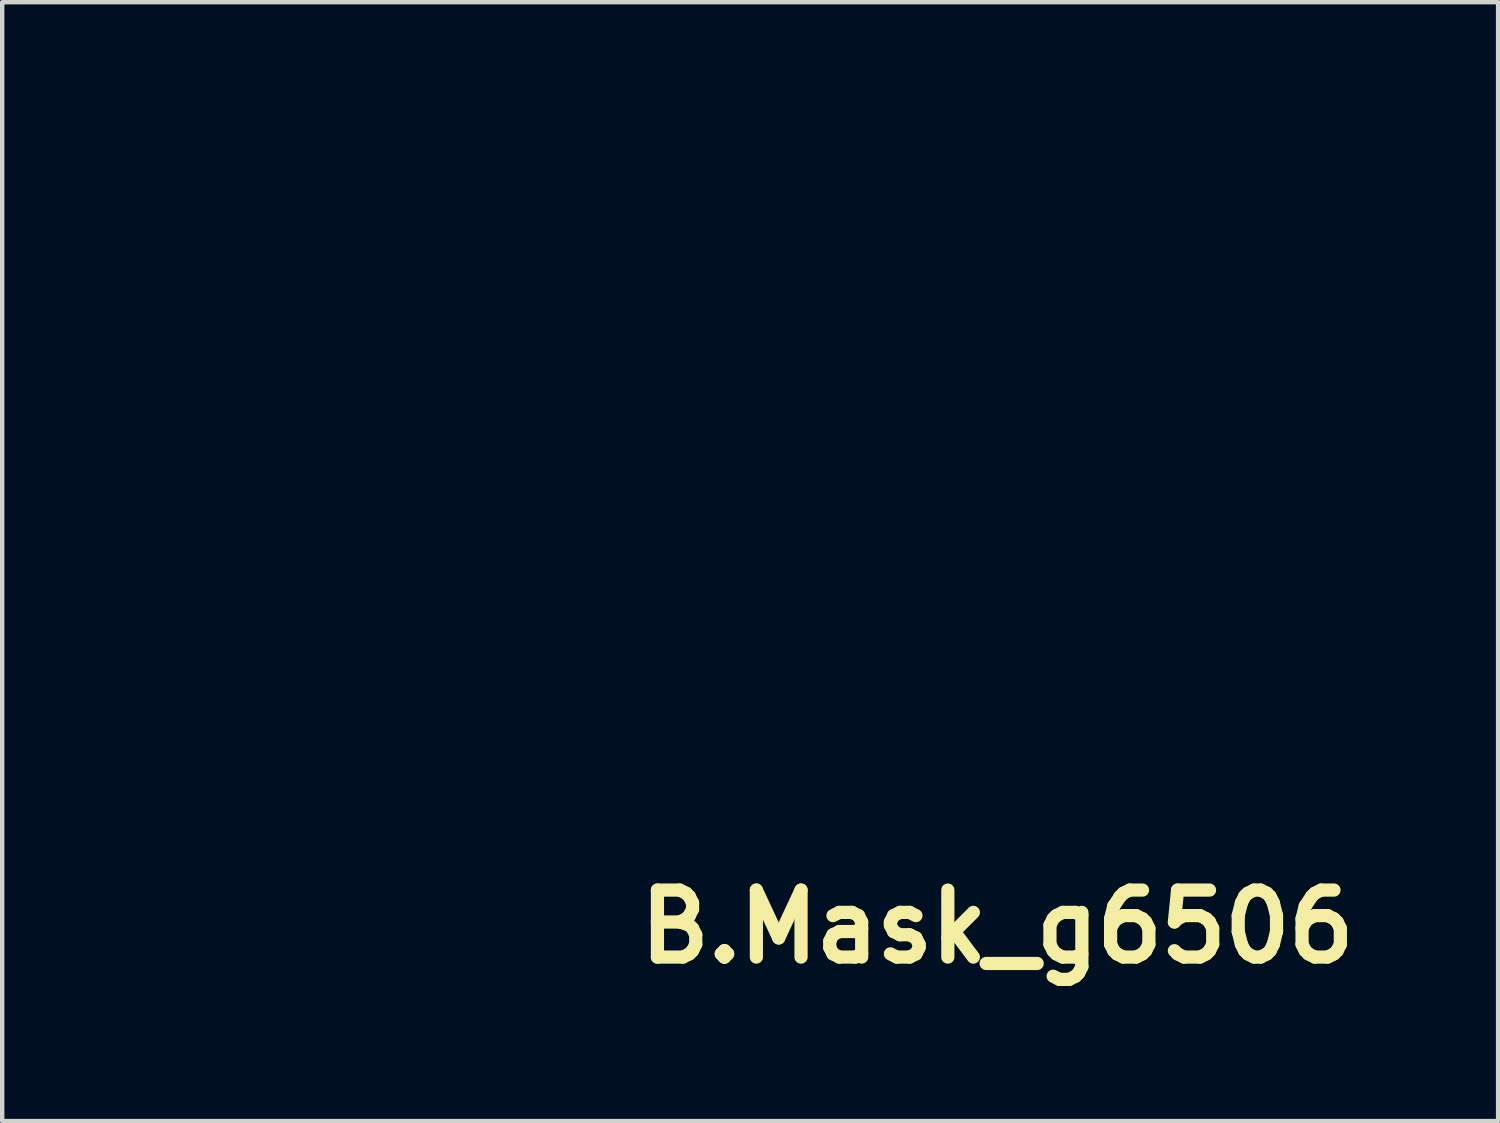
<source format=kicad_pcb>
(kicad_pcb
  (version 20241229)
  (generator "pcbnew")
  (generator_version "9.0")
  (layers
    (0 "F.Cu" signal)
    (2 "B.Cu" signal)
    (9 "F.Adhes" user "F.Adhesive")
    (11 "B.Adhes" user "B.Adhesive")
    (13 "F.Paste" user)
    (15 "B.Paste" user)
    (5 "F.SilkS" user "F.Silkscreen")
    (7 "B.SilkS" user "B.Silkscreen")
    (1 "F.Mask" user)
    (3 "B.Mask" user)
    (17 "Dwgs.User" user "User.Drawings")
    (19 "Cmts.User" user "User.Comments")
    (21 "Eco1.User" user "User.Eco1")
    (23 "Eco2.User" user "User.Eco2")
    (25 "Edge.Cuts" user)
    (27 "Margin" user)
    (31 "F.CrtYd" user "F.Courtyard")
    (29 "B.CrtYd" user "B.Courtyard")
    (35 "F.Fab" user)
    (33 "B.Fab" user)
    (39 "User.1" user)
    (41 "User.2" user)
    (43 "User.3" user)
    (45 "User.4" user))
  (footprint "B.Mask_g6506"
    (layer "F.Cu")
    (at 19.63 18.026)
    (property "Reference" "B.Mask_g6506" (at 0 0 0) (layer "F.SilkS") (effects (font (size 1.524 1.524) (thickness 0.3))))
    (attr through_hole)
    (fp_poly (pts (xy -12.679 -15.177) (xy -12.34 -15.177) (xy -12.34 -15.515) (xy -12.129 -15.515) (xy -12.129 -14.624) (xy -12.229 -14.63) (xy -12.33 -14.637) (xy -12.342 -14.986) (xy -12.679 -14.986) (xy -12.679 -14.626) (xy -12.89 -14.626) (xy -12.89 -15.515) (xy -12.679 -15.515) (xy -12.679 -15.177)) (stroke (width 0.01) (type solid)) (fill yes) (layer "B.Mask"))
    (fp_poly (pts (xy -17.759 -14.795) (xy -17.829 -14.718) (xy -17.867 -14.679) (xy -17.901 -14.656) (xy -17.943 -14.642) (xy -18.007 -14.635) (xy -18.073 -14.631) (xy -18.161 -14.627) (xy -18.215 -14.629) (xy -18.245 -14.638) (xy -18.257 -14.653) (xy -18.265 -14.698) (xy -18.263 -14.746) (xy -18.257 -14.778) (xy -18.243 -14.796) (xy -18.209 -14.807) (xy -18.148 -14.814) (xy -18.108 -14.817) (xy -17.96 -14.827) (xy -17.948 -15.515) (xy -17.759 -15.515) (xy -17.759 -14.795)) (stroke (width 0.01) (type solid)) (fill yes) (layer "B.Mask"))
    (fp_poly (pts (xy -14.278 -17.051) (xy -14.193 -17.027) (xy -14.135 -16.991) (xy -14.127 -16.982) (xy -14.114 -16.948) (xy -14.104 -16.886) (xy -14.099 -16.791) (xy -14.098 -16.674) (xy -14.097 -16.404) (xy -14.286 -16.404) (xy -14.292 -16.642) (xy -14.298 -16.88) (xy -14.377 -16.887) (xy -14.429 -16.894) (xy -14.451 -16.912) (xy -14.457 -16.955) (xy -14.457 -16.977) (xy -14.455 -17.031) (xy -14.44 -17.054) (xy -14.402 -17.06) (xy -14.377 -17.06) (xy -14.278 -17.051)) (stroke (width 0.01) (type solid)) (fill yes) (layer "B.Mask"))
    (fp_poly (pts (xy -16.593 -14.855) (xy -16.536 -14.829) (xy -16.498 -14.783) (xy -16.489 -14.743) (xy -16.502 -14.697) (xy -16.525 -14.664) (xy -16.547 -14.63) (xy -16.546 -14.59) (xy -16.535 -14.555) (xy -16.518 -14.501) (xy -16.51 -14.463) (xy -16.51 -14.461) (xy -16.528 -14.444) (xy -16.57 -14.436) (xy -16.619 -14.439) (xy -16.657 -14.45) (xy -16.669 -14.462) (xy -16.711 -14.585) (xy -16.735 -14.676) (xy -16.743 -14.742) (xy -16.734 -14.79) (xy -16.71 -14.825) (xy -16.71 -14.826) (xy -16.655 -14.855) (xy -16.593 -14.855)) (stroke (width 0.01) (type solid)) (fill yes) (layer "B.Mask"))
    (fp_poly (pts (xy -17.166 -15.182) (xy -17.167 -15.048) (xy -17.17 -14.949) (xy -17.175 -14.878) (xy -17.184 -14.826) (xy -17.197 -14.787) (xy -17.203 -14.774) (xy -17.259 -14.701) (xy -17.342 -14.653) (xy -17.456 -14.629) (xy -17.531 -14.626) (xy -17.674 -14.626) (xy -17.674 -14.817) (xy -17.537 -14.817) (xy -17.46 -14.819) (xy -17.413 -14.827) (xy -17.387 -14.844) (xy -17.379 -14.858) (xy -17.371 -14.893) (xy -17.364 -14.963) (xy -17.359 -15.058) (xy -17.357 -15.169) (xy -17.357 -15.207) (xy -17.357 -15.515) (xy -17.166 -15.515) (xy -17.166 -15.182)) (stroke (width 0.01) (type solid)) (fill yes) (layer "B.Mask"))
    (fp_poly (pts (xy -14.849 -15.499) (xy -14.723 -15.45) (xy -14.626 -15.373) (xy -14.56 -15.269) (xy -14.526 -15.141) (xy -14.524 -15.038) (xy -14.55 -14.903) (xy -14.609 -14.795) (xy -14.7 -14.713) (xy -14.824 -14.658) (xy -14.977 -14.631) (xy -15.113 -14.62) (xy -15.113 -14.817) (xy -15.006 -14.817) (xy -14.889 -14.831) (xy -14.802 -14.874) (xy -14.745 -14.945) (xy -14.741 -14.955) (xy -14.715 -15.063) (xy -14.727 -15.161) (xy -14.773 -15.243) (xy -14.85 -15.304) (xy -14.953 -15.339) (xy -15.028 -15.346) (xy -15.113 -15.346) (xy -15.113 -15.515) (xy -15 -15.515) (xy -14.849 -15.499)) (stroke (width 0.01) (type solid)) (fill yes) (layer "B.Mask"))
    (fp_poly (pts (xy -18.742 -15.51) (xy -18.649 -15.502) (xy -18.583 -15.487) (xy -18.528 -15.461) (xy -18.493 -15.438) (xy -18.397 -15.351) (xy -18.338 -15.248) (xy -18.311 -15.122) (xy -18.31 -15.073) (xy -18.326 -14.933) (xy -18.377 -14.819) (xy -18.461 -14.73) (xy -18.577 -14.669) (xy -18.723 -14.636) (xy -18.752 -14.633) (xy -18.902 -14.62) (xy -18.902 -14.817) (xy -18.795 -14.817) (xy -18.677 -14.832) (xy -18.587 -14.876) (xy -18.529 -14.947) (xy -18.504 -15.042) (xy -18.505 -15.107) (xy -18.535 -15.206) (xy -18.598 -15.281) (xy -18.69 -15.328) (xy -18.809 -15.346) (xy -18.816 -15.346) (xy -18.902 -15.346) (xy -18.902 -15.521) (xy -18.742 -15.51)) (stroke (width 0.01) (type solid)) (fill yes) (layer "B.Mask"))
    (fp_poly (pts (xy -17.156 -17.043) (xy -17.033 -17.018) (xy -16.936 -16.963) (xy -16.867 -16.881) (xy -16.832 -16.777) (xy -16.828 -16.722) (xy -16.847 -16.611) (xy -16.9 -16.519) (xy -16.983 -16.451) (xy -17.091 -16.412) (xy -17.172 -16.404) (xy -17.275 -16.404) (xy -17.268 -16.484) (xy -17.261 -16.533) (xy -17.243 -16.558) (xy -17.202 -16.57) (xy -17.168 -16.575) (xy -17.098 -16.593) (xy -17.051 -16.622) (xy -17.047 -16.627) (xy -17.019 -16.696) (xy -17.026 -16.767) (xy -17.062 -16.83) (xy -17.122 -16.874) (xy -17.198 -16.891) (xy -17.248 -16.893) (xy -17.268 -16.909) (xy -17.27 -16.95) (xy -17.268 -16.97) (xy -17.261 -17.05) (xy -17.156 -17.043)) (stroke (width 0.01) (type solid)) (fill yes) (layer "B.Mask"))
    (fp_poly (pts (xy -16.531 -16.849) (xy -16.53 -16.749) (xy -16.526 -16.682) (xy -16.517 -16.638) (xy -16.502 -16.609) (xy -16.489 -16.595) (xy -16.43 -16.557) (xy -16.368 -16.561) (xy -16.324 -16.585) (xy -16.303 -16.603) (xy -16.289 -16.627) (xy -16.282 -16.667) (xy -16.278 -16.729) (xy -16.277 -16.825) (xy -16.277 -16.839) (xy -16.277 -17.06) (xy -16.087 -17.06) (xy -16.087 -16.836) (xy -16.09 -16.702) (xy -16.102 -16.603) (xy -16.125 -16.532) (xy -16.163 -16.479) (xy -16.218 -16.44) (xy -16.243 -16.426) (xy -16.362 -16.388) (xy -16.475 -16.392) (xy -16.552 -16.42) (xy -16.614 -16.464) (xy -16.668 -16.522) (xy -16.674 -16.529) (xy -16.695 -16.566) (xy -16.709 -16.606) (xy -16.717 -16.659) (xy -16.721 -16.734) (xy -16.722 -16.831) (xy -16.722 -17.06) (xy -16.531 -17.06) (xy -16.531 -16.849)) (stroke (width 0.01) (type solid)) (fill yes) (layer "B.Mask"))
    (fp_poly (pts (xy -13.822 -14.626) (xy -14.012 -14.626) (xy -14.012 -14.88) (xy -14.086 -14.88) (xy -14.167 -14.863) (xy -14.22 -14.815) (xy -14.244 -14.737) (xy -14.245 -14.711) (xy -14.245 -14.626) (xy -14.441 -14.626) (xy -14.432 -14.753) (xy -14.422 -14.832) (xy -14.404 -14.886) (xy -14.371 -14.933) (xy -14.353 -14.952) (xy -14.283 -15.024) (xy -14.36 -15.137) (xy -14.399 -15.198) (xy -14.426 -15.245) (xy -14.436 -15.266) (xy -14.417 -15.276) (xy -14.369 -15.282) (xy -14.341 -15.282) (xy -14.288 -15.28) (xy -14.252 -15.269) (xy -14.221 -15.24) (xy -14.181 -15.185) (xy -14.168 -15.166) (xy -14.116 -15.097) (xy -14.073 -15.057) (xy -14.052 -15.05) (xy -14.035 -15.053) (xy -14.024 -15.067) (xy -14.017 -15.099) (xy -14.014 -15.156) (xy -14.012 -15.246) (xy -14.012 -15.303) (xy -14.012 -15.557) (xy -13.822 -15.557) (xy -13.822 -14.626)) (stroke (width 0.01) (type solid)) (fill yes) (layer "B.Mask"))
    (fp_poly (pts (xy -14.69 -17.022) (xy -14.593 -16.951) (xy -14.554 -16.905) (xy -14.521 -16.832) (xy -14.508 -16.738) (xy -14.514 -16.641) (xy -14.541 -16.559) (xy -14.553 -16.538) (xy -14.635 -16.46) (xy -14.74 -16.409) (xy -14.857 -16.39) (xy -14.973 -16.405) (xy -15.068 -16.453) (xy -15.137 -16.526) (xy -15.179 -16.617) (xy -15.19 -16.69) (xy -15.002 -16.69) (xy -14.971 -16.622) (xy -14.955 -16.604) (xy -14.888 -16.561) (xy -14.816 -16.558) (xy -14.755 -16.589) (xy -14.709 -16.649) (xy -14.694 -16.719) (xy -14.708 -16.789) (xy -14.745 -16.848) (xy -14.804 -16.884) (xy -14.848 -16.891) (xy -14.92 -16.873) (xy -14.972 -16.827) (xy -15.001 -16.762) (xy -15.002 -16.69) (xy -15.19 -16.69) (xy -15.195 -16.718) (xy -15.181 -16.819) (xy -15.139 -16.912) (xy -15.067 -16.99) (xy -15.028 -17.016) (xy -14.915 -17.057) (xy -14.8 -17.058) (xy -14.69 -17.022)) (stroke (width 0.01) (type solid)) (fill yes) (layer "B.Mask"))
    (fp_poly (pts (xy -19.431 -16.849) (xy -19.43 -16.749) (xy -19.426 -16.682) (xy -19.417 -16.638) (xy -19.402 -16.609) (xy -19.389 -16.595) (xy -19.328 -16.559) (xy -19.264 -16.558) (xy -19.212 -16.591) (xy -19.195 -16.619) (xy -19.184 -16.663) (xy -19.179 -16.732) (xy -19.177 -16.834) (xy -19.177 -16.845) (xy -19.177 -17.06) (xy -18.986 -17.06) (xy -18.987 -16.822) (xy -18.99 -16.688) (xy -19.002 -16.588) (xy -19.026 -16.518) (xy -19.063 -16.468) (xy -19.116 -16.433) (xy -19.132 -16.426) (xy -19.169 -16.408) (xy -19.189 -16.385) (xy -19.197 -16.345) (xy -19.198 -16.275) (xy -19.198 -16.15) (xy -19.389 -16.15) (xy -19.389 -16.272) (xy -19.391 -16.342) (xy -19.4 -16.382) (xy -19.421 -16.406) (xy -19.457 -16.425) (xy -19.517 -16.46) (xy -19.561 -16.503) (xy -19.589 -16.562) (xy -19.607 -16.645) (xy -19.616 -16.759) (xy -19.618 -16.818) (xy -19.625 -17.06) (xy -19.431 -17.06) (xy -19.431 -16.849)) (stroke (width 0.01) (type solid)) (fill yes) (layer "B.Mask"))
    (fp_poly (pts (xy -15.769 -16.999) (xy -15.711 -17.03) (xy -15.609 -17.061) (xy -15.508 -17.056) (xy -15.415 -17.017) (xy -15.338 -16.95) (xy -15.286 -16.858) (xy -15.271 -16.796) (xy -15.27 -16.671) (xy -15.305 -16.564) (xy -15.37 -16.478) (xy -15.459 -16.418) (xy -15.567 -16.388) (xy -15.688 -16.393) (xy -15.734 -16.405) (xy -15.827 -16.454) (xy -15.901 -16.542) (xy -15.914 -16.563) (xy -15.928 -16.599) (xy -15.938 -16.654) (xy -15.945 -16.717) (xy -15.748 -16.717) (xy -15.732 -16.635) (xy -15.689 -16.579) (xy -15.625 -16.554) (xy -15.548 -16.565) (xy -15.506 -16.601) (xy -15.474 -16.66) (xy -15.459 -16.726) (xy -15.462 -16.761) (xy -15.498 -16.839) (xy -15.557 -16.882) (xy -15.612 -16.891) (xy -15.682 -16.873) (xy -15.728 -16.822) (xy -15.747 -16.739) (xy -15.748 -16.717) (xy -15.945 -16.717) (xy -15.946 -16.732) (xy -15.952 -16.84) (xy -15.956 -16.97) (xy -15.964 -17.314) (xy -15.769 -17.314) (xy -15.769 -16.999)) (stroke (width 0.01) (type solid)) (fill yes) (layer "B.Mask"))
    (fp_poly (pts (xy -13.637 -17.056) (xy -13.522 -17.038) (xy -13.436 -16.997) (xy -13.373 -16.928) (xy -13.351 -16.889) (xy -13.337 -16.855) (xy -13.326 -16.81) (xy -13.32 -16.749) (xy -13.316 -16.664) (xy -13.314 -16.548) (xy -13.314 -16.473) (xy -13.314 -16.129) (xy -13.504 -16.129) (xy -13.504 -16.448) (xy -13.571 -16.413) (xy -13.658 -16.389) (xy -13.755 -16.395) (xy -13.846 -16.429) (xy -13.855 -16.435) (xy -13.931 -16.509) (xy -13.978 -16.609) (xy -13.991 -16.711) (xy -13.988 -16.729) (xy -13.796 -16.729) (xy -13.783 -16.661) (xy -13.751 -16.602) (xy -13.701 -16.562) (xy -13.652 -16.552) (xy -13.586 -16.573) (xy -13.548 -16.608) (xy -13.51 -16.682) (xy -13.506 -16.756) (xy -13.531 -16.821) (xy -13.579 -16.868) (xy -13.647 -16.889) (xy -13.702 -16.883) (xy -13.757 -16.851) (xy -13.788 -16.796) (xy -13.796 -16.729) (xy -13.988 -16.729) (xy -13.973 -16.837) (xy -13.921 -16.94) (xy -13.843 -17.014) (xy -13.793 -17.043) (xy -13.742 -17.056) (xy -13.673 -17.058) (xy -13.637 -17.056)) (stroke (width 0.01) (type solid)) (fill yes) (layer "B.Mask"))
    (fp_poly (pts (xy -13.246 -15.286) (xy -13.167 -15.259) (xy -13.152 -15.249) (xy -13.068 -15.169) (xy -13.019 -15.077) (xy -13.001 -14.98) (xy -13.007 -14.868) (xy -13.041 -14.768) (xy -13.099 -14.69) (xy -13.144 -14.658) (xy -13.22 -14.634) (xy -13.307 -14.627) (xy -13.389 -14.638) (xy -13.436 -14.659) (xy -13.47 -14.68) (xy -13.482 -14.675) (xy -13.483 -14.659) (xy -13.494 -14.638) (xy -13.534 -14.628) (xy -13.578 -14.626) (xy -13.674 -14.626) (xy -13.674 -14.839) (xy -13.669 -14.964) (xy -13.483 -14.964) (xy -13.468 -14.88) (xy -13.428 -14.82) (xy -13.372 -14.788) (xy -13.308 -14.787) (xy -13.243 -14.822) (xy -13.224 -14.842) (xy -13.193 -14.904) (xy -13.191 -14.976) (xy -13.213 -15.046) (xy -13.255 -15.102) (xy -13.313 -15.132) (xy -13.335 -15.134) (xy -13.391 -15.115) (xy -13.442 -15.068) (xy -13.476 -15.006) (xy -13.483 -14.964) (xy -13.669 -14.964) (xy -13.668 -14.978) (xy -13.651 -15.082) (xy -13.618 -15.16) (xy -13.567 -15.219) (xy -13.522 -15.25) (xy -13.44 -15.281) (xy -13.342 -15.293) (xy -13.246 -15.286)) (stroke (width 0.01) (type solid)) (fill yes) (layer "B.Mask"))
    (fp_poly (pts (xy -18.203 -16.975) (xy -18.205 -16.823) (xy -18.21 -16.707) (xy -18.221 -16.62) (xy -18.238 -16.556) (xy -18.264 -16.508) (xy -18.3 -16.47) (xy -18.328 -16.448) (xy -18.422 -16.404) (xy -18.532 -16.388) (xy -18.642 -16.402) (xy -18.701 -16.424) (xy -18.789 -16.488) (xy -18.845 -16.577) (xy -18.873 -16.686) (xy -18.872 -16.752) (xy -18.684 -16.752) (xy -18.682 -16.703) (xy -18.654 -16.622) (xy -18.606 -16.571) (xy -18.544 -16.553) (xy -18.478 -16.572) (xy -18.443 -16.598) (xy -18.402 -16.66) (xy -18.39 -16.731) (xy -18.405 -16.799) (xy -18.443 -16.855) (xy -18.5 -16.887) (xy -18.531 -16.891) (xy -18.605 -16.872) (xy -18.658 -16.823) (xy -18.684 -16.752) (xy -18.872 -16.752) (xy -18.871 -16.809) (xy -18.83 -16.917) (xy -18.773 -16.988) (xy -18.729 -17.025) (xy -18.683 -17.043) (xy -18.62 -17.049) (xy -18.588 -17.049) (xy -18.515 -17.046) (xy -18.455 -17.038) (xy -18.431 -17.031) (xy -18.412 -17.026) (xy -18.4 -17.038) (xy -18.395 -17.076) (xy -18.394 -17.147) (xy -18.394 -17.164) (xy -18.394 -17.314) (xy -18.203 -17.314) (xy -18.203 -16.975)) (stroke (width 0.01) (type solid)) (fill yes) (layer "B.Mask"))
    (fp_poly (pts (xy -15.465 -15.287) (xy -15.376 -15.266) (xy -15.35 -15.254) (xy -15.267 -15.188) (xy -15.213 -15.099) (xy -15.188 -14.995) (xy -15.193 -14.887) (xy -15.229 -14.783) (xy -15.293 -14.696) (xy -15.343 -14.652) (xy -15.392 -14.632) (xy -15.46 -14.626) (xy -15.468 -14.626) (xy -15.559 -14.636) (xy -15.625 -14.667) (xy -15.629 -14.67) (xy -15.684 -14.714) (xy -15.684 -14.67) (xy -15.69 -14.643) (xy -15.714 -14.63) (xy -15.768 -14.626) (xy -15.782 -14.626) (xy -15.88 -14.626) (xy -15.872 -14.843) (xy -15.862 -14.976) (xy -15.862 -14.981) (xy -15.671 -14.981) (xy -15.669 -14.915) (xy -15.645 -14.863) (xy -15.601 -14.814) (xy -15.552 -14.781) (xy -15.526 -14.774) (xy -15.492 -14.787) (xy -15.447 -14.816) (xy -15.446 -14.816) (xy -15.395 -14.881) (xy -15.38 -14.963) (xy -15.399 -15.043) (xy -15.441 -15.103) (xy -15.494 -15.129) (xy -15.552 -15.127) (xy -15.607 -15.098) (xy -15.649 -15.049) (xy -15.671 -14.981) (xy -15.862 -14.981) (xy -15.844 -15.076) (xy -15.812 -15.151) (xy -15.764 -15.211) (xy -15.723 -15.246) (xy -15.654 -15.277) (xy -15.563 -15.29) (xy -15.465 -15.287)) (stroke (width 0.01) (type solid)) (fill yes) (layer "B.Mask"))
    (fp_poly (pts (xy -16.081 -15.429) (xy -16.053 -15.418) (xy -16.045 -15.389) (xy -16.044 -15.356) (xy -16.04 -15.306) (xy -16.023 -15.286) (xy -15.991 -15.282) (xy -15.957 -15.278) (xy -15.942 -15.256) (xy -15.939 -15.205) (xy -15.938 -15.198) (xy -15.941 -15.143) (xy -15.955 -15.119) (xy -15.987 -15.113) (xy -15.991 -15.113) (xy -16.017 -15.111) (xy -16.033 -15.101) (xy -16.041 -15.073) (xy -16.044 -15.019) (xy -16.044 -14.934) (xy -16.046 -14.843) (xy -16.052 -14.783) (xy -16.064 -14.741) (xy -16.086 -14.707) (xy -16.094 -14.698) (xy -16.13 -14.664) (xy -16.174 -14.644) (xy -16.24 -14.633) (xy -16.274 -14.63) (xy -16.404 -14.621) (xy -16.404 -14.707) (xy -16.402 -14.762) (xy -16.387 -14.788) (xy -16.35 -14.797) (xy -16.325 -14.8) (xy -16.245 -14.806) (xy -16.239 -14.96) (xy -16.233 -15.113) (xy -16.404 -15.113) (xy -16.404 -15.198) (xy -16.402 -15.252) (xy -16.388 -15.276) (xy -16.349 -15.282) (xy -16.32 -15.282) (xy -16.265 -15.285) (xy -16.241 -15.298) (xy -16.235 -15.335) (xy -16.235 -15.356) (xy -16.233 -15.402) (xy -16.219 -15.423) (xy -16.182 -15.43) (xy -16.14 -15.431) (xy -16.081 -15.429)) (stroke (width 0.01) (type solid)) (fill yes) (layer "B.Mask"))
    (fp_poly (pts (xy -17.436 -17.207) (xy -17.408 -17.196) (xy -17.4 -17.167) (xy -17.399 -17.134) (xy -17.395 -17.084) (xy -17.377 -17.064) (xy -17.346 -17.06) (xy -17.312 -17.056) (xy -17.297 -17.034) (xy -17.293 -16.983) (xy -17.293 -16.976) (xy -17.296 -16.921) (xy -17.31 -16.897) (xy -17.341 -16.891) (xy -17.346 -16.891) (xy -17.371 -16.889) (xy -17.387 -16.88) (xy -17.395 -16.853) (xy -17.398 -16.802) (xy -17.399 -16.718) (xy -17.399 -16.7) (xy -17.4 -16.607) (xy -17.404 -16.545) (xy -17.415 -16.505) (xy -17.433 -16.476) (xy -17.451 -16.456) (xy -17.488 -16.426) (xy -17.533 -16.41) (xy -17.599 -16.404) (xy -17.631 -16.404) (xy -17.759 -16.404) (xy -17.759 -16.489) (xy -17.757 -16.543) (xy -17.743 -16.567) (xy -17.704 -16.573) (xy -17.674 -16.573) (xy -17.59 -16.573) (xy -17.59 -16.891) (xy -17.674 -16.891) (xy -17.728 -16.893) (xy -17.752 -16.907) (xy -17.759 -16.946) (xy -17.759 -16.976) (xy -17.757 -17.03) (xy -17.743 -17.054) (xy -17.704 -17.06) (xy -17.674 -17.06) (xy -17.62 -17.063) (xy -17.596 -17.076) (xy -17.59 -17.113) (xy -17.59 -17.134) (xy -17.587 -17.18) (xy -17.574 -17.201) (xy -17.537 -17.208) (xy -17.494 -17.209) (xy -17.436 -17.207)) (stroke (width 0.01) (type solid)) (fill yes) (layer "B.Mask"))
    (fp_poly (pts (xy -12.441 -17.283) (xy -12.387 -17.258) (xy -12.385 -17.256) (xy -12.36 -17.221) (xy -12.325 -17.15) (xy -12.281 -17.048) (xy -12.23 -16.917) (xy -12.205 -16.849) (xy -12.161 -16.729) (xy -12.121 -16.621) (xy -12.088 -16.533) (xy -12.065 -16.47) (xy -12.054 -16.441) (xy -12.051 -16.419) (xy -12.068 -16.408) (xy -12.116 -16.404) (xy -12.147 -16.404) (xy -12.21 -16.406) (xy -12.245 -16.416) (xy -12.264 -16.443) (xy -12.279 -16.489) (xy -12.305 -16.573) (xy -12.698 -16.573) (xy -12.724 -16.489) (xy -12.749 -16.404) (xy -12.973 -16.404) (xy -12.919 -16.547) (xy -12.891 -16.624) (xy -12.853 -16.727) (xy -12.845 -16.75) (xy -12.636 -16.75) (xy -12.617 -16.746) (xy -12.567 -16.744) (xy -12.509 -16.743) (xy -12.443 -16.745) (xy -12.396 -16.752) (xy -12.383 -16.76) (xy -12.389 -16.796) (xy -12.406 -16.853) (xy -12.431 -16.921) (xy -12.458 -16.99) (xy -12.483 -17.05) (xy -12.505 -17.092) (xy -12.517 -17.104) (xy -12.518 -17.103) (xy -12.531 -17.067) (xy -12.551 -17.008) (xy -12.576 -16.936) (xy -12.6 -16.863) (xy -12.621 -16.801) (xy -12.634 -16.759) (xy -12.636 -16.75) (xy -12.845 -16.75) (xy -12.811 -16.843) (xy -12.77 -16.954) (xy -12.732 -17.056) (xy -12.694 -17.146) (xy -12.66 -17.215) (xy -12.635 -17.253) (xy -12.633 -17.256) (xy -12.579 -17.282) (xy -12.511 -17.293) (xy -12.509 -17.293) (xy -12.441 -17.283)) (stroke (width 0.01) (type solid)) (fill yes) (layer "B.Mask"))
    (fp_poly (pts (xy -8.899 -18.013) (xy -8.736 -17.995) (xy -8.628 -17.974) (xy -8.349 -17.885) (xy -8.089 -17.761) (xy -7.85 -17.606) (xy -7.635 -17.422) (xy -7.447 -17.213) (xy -7.289 -16.983) (xy -7.162 -16.733) (xy -7.071 -16.468) (xy -7.018 -16.191) (xy -7.01 -16.108) (xy -7.006 -15.793) (xy -7.041 -15.494) (xy -7.115 -15.212) (xy -7.228 -14.945) (xy -7.38 -14.695) (xy -7.571 -14.463) (xy -7.619 -14.413) (xy -7.843 -14.217) (xy -8.088 -14.056) (xy -8.351 -13.933) (xy -8.629 -13.847) (xy -8.919 -13.8) (xy -9.218 -13.794) (xy -9.329 -13.802) (xy -9.618 -13.851) (xy -9.896 -13.94) (xy -10.159 -14.066) (xy -10.402 -14.227) (xy -10.621 -14.422) (xy -10.627 -14.428) (xy -10.815 -14.645) (xy -10.964 -14.869) (xy -11.079 -15.108) (xy -11.164 -15.368) (xy -11.167 -15.383) (xy -11.221 -15.676) (xy -11.234 -15.965) (xy -11.231 -16.002) (xy -11.021 -16.002) (xy -11.015 -15.721) (xy -10.969 -15.451) (xy -10.886 -15.194) (xy -10.769 -14.954) (xy -10.62 -14.733) (xy -10.443 -14.536) (xy -10.238 -14.363) (xy -10.01 -14.22) (xy -9.76 -14.109) (xy -9.49 -14.032) (xy -9.387 -14.013) (xy -9.258 -14.002) (xy -9.104 -14.002) (xy -8.939 -14.012) (xy -8.778 -14.032) (xy -8.657 -14.055) (xy -8.4 -14.138) (xy -8.157 -14.259) (xy -7.932 -14.414) (xy -7.731 -14.6) (xy -7.557 -14.812) (xy -7.415 -15.048) (xy -7.409 -15.06) (xy -7.3 -15.323) (xy -7.232 -15.594) (xy -7.205 -15.868) (xy -7.218 -16.141) (xy -7.271 -16.411) (xy -7.365 -16.673) (xy -7.403 -16.753) (xy -7.549 -17) (xy -7.727 -17.219) (xy -7.933 -17.408) (xy -8.166 -17.566) (xy -8.423 -17.69) (xy -8.647 -17.765) (xy -8.725 -17.784) (xy -8.801 -17.797) (xy -8.885 -17.805) (xy -8.989 -17.809) (xy -9.124 -17.81) (xy -9.133 -17.81) (xy -9.264 -17.808) (xy -9.363 -17.805) (xy -9.443 -17.797) (xy -9.513 -17.785) (xy -9.585 -17.767) (xy -9.637 -17.752) (xy -9.908 -17.648) (xy -10.156 -17.513) (xy -10.376 -17.347) (xy -10.568 -17.154) (xy -10.729 -16.937) (xy -10.858 -16.698) (xy -10.951 -16.44) (xy -11.007 -16.166) (xy -11.021 -16.002) (xy -11.231 -16.002) (xy -11.208 -16.247) (xy -11.146 -16.519) (xy -11.049 -16.779) (xy -10.92 -17.023) (xy -10.759 -17.249) (xy -10.569 -17.452) (xy -10.351 -17.631) (xy -10.109 -17.781) (xy -9.843 -17.901) (xy -9.559 -17.986) (xy -9.421 -18.008) (xy -9.255 -18.02) (xy -9.077 -18.021) (xy -8.899 -18.013)) (stroke (width 0.01) (type solid)) (fill yes) (layer "B.Mask"))
    (fp_poly (pts (xy -9.083 -17.721) (xy -9.053 -17.676) (xy -9.015 -17.614) (xy -8.974 -17.543) (xy -8.935 -17.475) (xy -8.906 -17.418) (xy -8.891 -17.383) (xy -8.89 -17.378) (xy -8.909 -17.364) (xy -8.954 -17.357) (xy -8.964 -17.357) (xy -9.038 -17.357) (xy -9.038 -16.876) (xy -8.832 -16.932) (xy -8.729 -16.961) (xy -8.662 -16.987) (xy -8.627 -17.009) (xy -8.619 -17.024) (xy -8.627 -17.054) (xy -8.656 -17.06) (xy -8.679 -17.064) (xy -8.692 -17.081) (xy -8.698 -17.12) (xy -8.699 -17.191) (xy -8.7 -17.209) (xy -8.7 -17.357) (xy -8.382 -17.357) (xy -8.382 -17.209) (xy -8.383 -17.131) (xy -8.388 -17.086) (xy -8.4 -17.065) (xy -8.421 -17.06) (xy -8.423 -17.06) (xy -8.451 -17.052) (xy -8.465 -17.019) (xy -8.471 -16.972) (xy -8.477 -16.884) (xy -8.758 -16.81) (xy -8.87 -16.781) (xy -8.947 -16.758) (xy -8.996 -16.74) (xy -9.024 -16.724) (xy -9.035 -16.707) (xy -9.038 -16.685) (xy -9.038 -16.682) (xy -9.02 -16.625) (xy -8.964 -16.567) (xy -8.916 -16.523) (xy -8.895 -16.479) (xy -8.891 -16.419) (xy -8.907 -16.325) (xy -8.954 -16.259) (xy -9.033 -16.222) (xy -9.112 -16.214) (xy -9.183 -16.226) (xy -9.245 -16.269) (xy -9.251 -16.276) (xy -9.299 -16.341) (xy -9.313 -16.41) (xy -9.301 -16.474) (xy -9.271 -16.535) (xy -9.232 -16.579) (xy -9.195 -16.595) (xy -9.172 -16.613) (xy -9.165 -16.668) (xy -9.17 -16.72) (xy -9.193 -16.746) (xy -9.223 -16.756) (xy -9.268 -16.768) (xy -9.342 -16.787) (xy -9.433 -16.811) (xy -9.493 -16.827) (xy -9.705 -16.884) (xy -9.712 -16.956) (xy -9.733 -17.025) (xy -9.77 -17.078) (xy -9.813 -17.146) (xy -9.82 -17.22) (xy -9.798 -17.29) (xy -9.749 -17.345) (xy -9.678 -17.375) (xy -9.646 -17.378) (xy -9.571 -17.36) (xy -9.514 -17.312) (xy -9.481 -17.246) (xy -9.475 -17.172) (xy -9.501 -17.1) (xy -9.521 -17.075) (xy -9.553 -17.035) (xy -9.567 -17.006) (xy -9.567 -17.006) (xy -9.549 -16.994) (xy -9.5 -16.975) (xy -9.431 -16.953) (xy -9.354 -16.93) (xy -9.279 -16.91) (xy -9.218 -16.896) (xy -9.181 -16.891) (xy -9.175 -16.911) (xy -9.17 -16.964) (xy -9.166 -17.043) (xy -9.165 -17.124) (xy -9.165 -17.357) (xy -9.239 -17.357) (xy -9.288 -17.36) (xy -9.313 -17.37) (xy -9.313 -17.371) (xy -9.303 -17.397) (xy -9.277 -17.447) (xy -9.241 -17.513) (xy -9.2 -17.584) (xy -9.159 -17.651) (xy -9.125 -17.704) (xy -9.103 -17.734) (xy -9.099 -17.738) (xy -9.083 -17.721)) (stroke (width 0.01) (type solid)) (fill yes) (layer "B.Mask"))
    (fp_poly (pts (xy -10.128 -16.391) (xy -10.064 -16.356) (xy -9.983 -16.305) (xy -9.895 -16.241) (xy -9.806 -16.172) (xy -9.767 -16.139) (xy -9.639 -16.027) (xy -9.513 -16.072) (xy -9.409 -16.098) (xy -9.276 -16.114) (xy -9.129 -16.12) (xy -8.979 -16.117) (xy -8.84 -16.105) (xy -8.724 -16.082) (xy -8.691 -16.072) (xy -8.567 -16.028) (xy -8.416 -16.155) (xy -8.315 -16.235) (xy -8.217 -16.305) (xy -8.129 -16.36) (xy -8.059 -16.394) (xy -8.019 -16.404) (xy -8 -16.397) (xy -7.983 -16.372) (xy -7.968 -16.325) (xy -7.952 -16.253) (xy -7.936 -16.151) (xy -7.918 -16.015) (xy -7.898 -15.842) (xy -7.895 -15.822) (xy -7.882 -15.699) (xy -7.87 -15.592) (xy -7.861 -15.505) (xy -7.855 -15.448) (xy -7.853 -15.426) (xy -7.836 -15.425) (xy -7.792 -15.44) (xy -7.763 -15.452) (xy -7.676 -15.485) (xy -7.615 -15.492) (xy -7.582 -15.475) (xy -7.578 -15.457) (xy -7.598 -15.425) (xy -7.657 -15.391) (xy -7.689 -15.378) (xy -7.759 -15.346) (xy -7.796 -15.315) (xy -7.807 -15.288) (xy -7.807 -15.255) (xy -7.788 -15.251) (xy -7.758 -15.261) (xy -7.706 -15.273) (xy -7.64 -15.281) (xy -7.575 -15.282) (xy -7.525 -15.277) (xy -7.509 -15.271) (xy -7.504 -15.243) (xy -7.508 -15.219) (xy -7.525 -15.192) (xy -7.564 -15.188) (xy -7.585 -15.19) (xy -7.653 -15.191) (xy -7.71 -15.179) (xy -7.751 -15.156) (xy -7.76 -15.123) (xy -7.756 -15.104) (xy -7.761 -15.049) (xy -7.795 -14.978) (xy -7.853 -14.898) (xy -7.928 -14.82) (xy -7.964 -14.788) (xy -8.069 -14.715) (xy -8.198 -14.644) (xy -8.336 -14.583) (xy -8.414 -14.555) (xy -8.553 -14.519) (xy -8.714 -14.488) (xy -8.883 -14.465) (xy -9.045 -14.451) (xy -9.187 -14.449) (xy -9.229 -14.451) (xy -9.422 -14.474) (xy -9.617 -14.512) (xy -9.802 -14.563) (xy -9.962 -14.624) (xy -10.001 -14.642) (xy -10.118 -14.708) (xy -10.224 -14.786) (xy -10.316 -14.868) (xy -10.388 -14.951) (xy -10.434 -15.027) (xy -10.448 -15.092) (xy -10.446 -15.108) (xy -10.446 -15.146) (xy -10.476 -15.171) (xy -10.488 -15.177) (xy -9.232 -15.177) (xy -9.183 -15.114) (xy -9.14 -15.067) (xy -9.106 -15.054) (xy -9.069 -15.074) (xy -9.045 -15.096) (xy -9.011 -15.133) (xy -8.996 -15.159) (xy -8.996 -15.159) (xy -9.015 -15.169) (xy -9.064 -15.175) (xy -9.114 -15.177) (xy -9.232 -15.177) (xy -10.488 -15.177) (xy -10.493 -15.179) (xy -10.557 -15.191) (xy -10.62 -15.19) (xy -10.667 -15.186) (xy -10.686 -15.2) (xy -10.689 -15.231) (xy -10.685 -15.263) (xy -10.665 -15.278) (xy -10.617 -15.282) (xy -10.595 -15.282) (xy -10.524 -15.278) (xy -10.462 -15.267) (xy -10.449 -15.262) (xy -10.409 -15.253) (xy -10.39 -15.271) (xy -10.387 -15.282) (xy -10.389 -15.31) (xy -10.419 -15.336) (xy -10.479 -15.365) (xy -10.541 -15.39) (xy -10.588 -15.406) (xy -10.603 -15.409) (xy -10.621 -15.427) (xy -10.626 -15.454) (xy -10.621 -15.484) (xy -10.597 -15.493) (xy -10.551 -15.487) (xy -10.48 -15.47) (xy -10.416 -15.445) (xy -10.355 -15.415) (xy -10.347 -15.474) (xy -9.802 -15.474) (xy -9.798 -15.461) (xy -9.784 -15.445) (xy -9.704 -15.374) (xy -9.622 -15.335) (xy -9.546 -15.331) (xy -9.481 -15.362) (xy -9.461 -15.383) (xy -9.44 -15.409) (xy -9.429 -15.427) (xy -9.432 -15.433) (xy -8.774 -15.433) (xy -8.771 -15.418) (xy -8.754 -15.397) (xy -8.742 -15.383) (xy -8.682 -15.333) (xy -8.611 -15.324) (xy -8.53 -15.357) (xy -8.465 -15.406) (xy -8.374 -15.487) (xy -8.542 -15.469) (xy -8.649 -15.459) (xy -8.719 -15.45) (xy -8.759 -15.443) (xy -8.774 -15.433) (xy -9.432 -15.433) (xy -9.434 -15.439) (xy -9.462 -15.447) (xy -9.518 -15.455) (xy -9.607 -15.464) (xy -9.657 -15.469) (xy -9.738 -15.477) (xy -9.785 -15.479) (xy -9.802 -15.474) (xy -10.347 -15.474) (xy -10.341 -15.523) (xy -10.333 -15.582) (xy -10.322 -15.672) (xy -10.309 -15.785) (xy -10.294 -15.909) (xy -10.286 -15.977) (xy -10.267 -16.124) (xy -10.251 -16.235) (xy -10.235 -16.313) (xy -10.218 -16.364) (xy -10.2 -16.392) (xy -10.178 -16.403) (xy -10.169 -16.404) (xy -10.128 -16.391)) (stroke (width 0.01) (type solid)) (fill yes) (layer "B.Mask")))
  (gr_rect
    (start -3 -3)
    (end 31.019 22.444)
    (stroke (width 0.1) (type default))
    (fill no)
    (layer "Edge.Cuts")))
</source>
